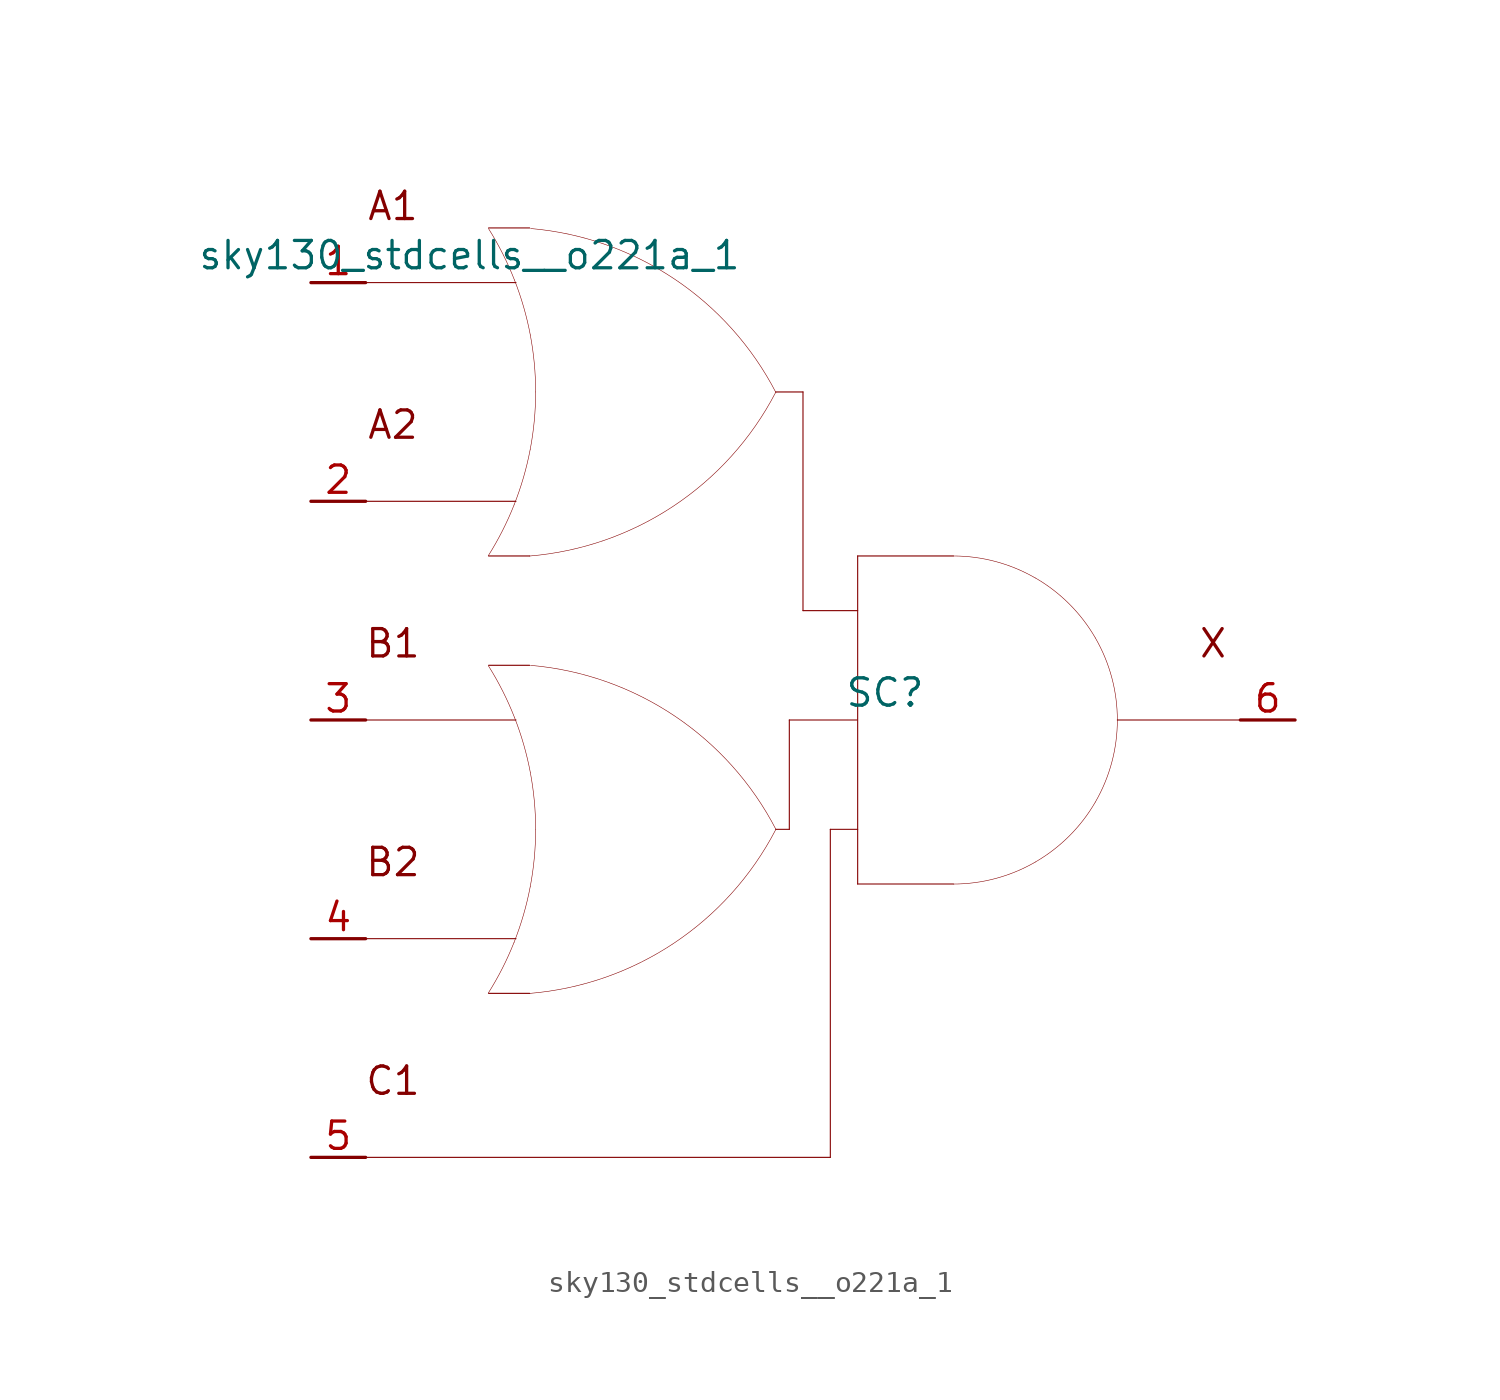
<source format=kicad_sym>
(kicad_symbol_lib
  (version 20211014)
  (generator kicad_symbol_editor)
  (symbol "sky130_stdcells__o221a_1"
    (pin_names hide)
    (property "Reference" "SC"
      (at 3.81 1.27 0)
      (effects (font (size 1.27 1.27))))
    (property "Value" "sky130_stdcells__o221a_1"
      (at -2.845 21.59 0)
      (effects (font (size 1.27 1.27)) (justify right)))
    (symbol "sky130_stdcells__o221a_1_0_0"
      (arc (start -14.6255 -12.6942) (mid -13.968 -11.538) (end -13.4212 -10.3256) (stroke (width 0.0254) (type default) (color 0 0 0 0)) (fill (type none)))
      (arc (start -14.6255 7.6258) (mid -13.968 8.782) (end -13.4212 9.9944) (stroke (width 0.0254) (type default) (color 0 0 0 0)) (fill (type none)))
      (arc (start -13.4212 -10.3256) (mid -12.9863 -9.0555) (end -12.673 -7.7501) (stroke (width 0.0254) (type default) (color 0 0 0 0)) (fill (type none)))
      (arc (start -13.4212 9.9944) (mid -12.9863 11.2645) (end -12.673 12.5699) (stroke (width 0.0254) (type default) (color 0 0 0 0)) (fill (type none)))
      (arc (start -13.403 0.1193) (mid -13.9512 1.3448) (end -14.6123 2.5132) (stroke (width 0.0254) (type default) (color 0 0 0 0)) (fill (type none)))
      (arc (start -13.403 20.4393) (mid -13.9512 21.6648) (end -14.6123 22.8332) (stroke (width 0.0254) (type default) (color 0 0 0 0)) (fill (type none)))
      (arc (start -12.705 -12.7031) (mid -6.011 -10.3786) (end -1.2741 -5.1084) (stroke (width 0.0254) (type default) (color 0 0 0 0)) (fill (type none)))
      (arc (start -12.705 7.6169) (mid -6.011 9.9414) (end -1.2741 15.2116) (stroke (width 0.0254) (type default) (color 0 0 0 0)) (fill (type none)))
      (arc (start -12.673 -7.7501) (mid -12.4838 -6.421) (end -12.4206 -5.08) (stroke (width 0.0254) (type default) (color 0 0 0 0)) (fill (type none)))
      (arc (start -12.673 12.5699) (mid -12.4838 13.899) (end -12.4206 15.24) (stroke (width 0.0254) (type default) (color 0 0 0 0)) (fill (type none)))
      (arc (start -12.6684 -2.4344) (mid -12.9761 -1.1404) (end -13.403 0.1193) (stroke (width 0.0254) (type default) (color 0 0 0 0)) (fill (type none)))
      (arc (start -12.6684 17.8856) (mid -12.9761 19.1796) (end -13.403 20.4393) (stroke (width 0.0254) (type default) (color 0 0 0 0)) (fill (type none)))
      (arc (start -12.4206 -5.08) (mid -12.4827 -3.7514) (end -12.6684 -2.4344) (stroke (width 0.0254) (type default) (color 0 0 0 0)) (fill (type none)))
      (arc (start -12.4206 15.24) (mid -12.4827 16.5686) (end -12.6684 17.8856) (stroke (width 0.0254) (type default) (color 0 0 0 0)) (fill (type none)))
      (arc (start -1.2513 -5.0956) (mid -5.9698 0.191) (end -12.6556 2.5389) (stroke (width 0.0254) (type default) (color 0 0 0 0)) (fill (type none)))
      (arc (start -1.2513 15.199) (mid -5.9698 20.4856) (end -12.6556 22.8335) (stroke (width 0.0254) (type default) (color 0 0 0 0)) (fill (type none)))
      (polyline (pts (xy -20.32 -20.32) (xy 1.27 -20.32)) (stroke (width 0.051) (type default) (color 0 0 0 0)) (fill (type none)))
      (polyline (pts (xy -20.32 -10.16) (xy -13.335 -10.16)) (stroke (width 0.051) (type default) (color 0 0 0 0)) (fill (type none)))
      (polyline (pts (xy -20.32 0) (xy -13.335 0)) (stroke (width 0.051) (type default) (color 0 0 0 0)) (fill (type none)))
      (polyline (pts (xy -20.32 10.16) (xy -13.335 10.16)) (stroke (width 0.051) (type default) (color 0 0 0 0)) (fill (type none)))
      (polyline (pts (xy -20.32 20.32) (xy -13.335 20.32)) (stroke (width 0.051) (type default) (color 0 0 0 0)) (fill (type none)))
      (polyline (pts (xy -14.605 -12.7) (xy -12.7 -12.7)) (stroke (width 0.051) (type default) (color 0 0 0 0)) (fill (type none)))
      (polyline (pts (xy -14.605 2.54) (xy -12.7 2.54)) (stroke (width 0.051) (type default) (color 0 0 0 0)) (fill (type none)))
      (polyline (pts (xy -14.605 7.62) (xy -12.7 7.62)) (stroke (width 0.051) (type default) (color 0 0 0 0)) (fill (type none)))
      (polyline (pts (xy -14.605 22.86) (xy -12.7 22.86)) (stroke (width 0.051) (type default) (color 0 0 0 0)) (fill (type none)))
      (polyline (pts (xy -1.27 -5.08) (xy -0.635 -5.08)) (stroke (width 0.051) (type default) (color 0 0 0 0)) (fill (type none)))
      (polyline (pts (xy -1.27 15.24) (xy 0 15.24)) (stroke (width 0.051) (type default) (color 0 0 0 0)) (fill (type none)))
      (polyline (pts (xy -0.635 0) (xy -0.635 -5.08)) (stroke (width 0.051) (type default) (color 0 0 0 0)) (fill (type none)))
      (polyline (pts (xy -0.635 0) (xy 2.515 0)) (stroke (width 0.051) (type default) (color 0 0 0 0)) (fill (type none)))
      (polyline (pts (xy 0 5.08) (xy 2.54 5.08)) (stroke (width 0.051) (type default) (color 0 0 0 0)) (fill (type none)))
      (polyline (pts (xy 0 15.24) (xy 0 5.08)) (stroke (width 0.051) (type default) (color 0 0 0 0)) (fill (type none)))
      (polyline (pts (xy 1.27 -5.08) (xy 1.27 -20.32)) (stroke (width 0.051) (type default) (color 0 0 0 0)) (fill (type none)))
      (polyline (pts (xy 1.27 -5.08) (xy 2.54 -5.08)) (stroke (width 0.051) (type default) (color 0 0 0 0)) (fill (type none)))
      (polyline (pts (xy 2.54 -7.62) (xy 6.985 -7.62)) (stroke (width 0.051) (type default) (color 0 0 0 0)) (fill (type none)))
      (polyline (pts (xy 2.54 7.62) (xy 2.54 -7.62)) (stroke (width 0.051) (type default) (color 0 0 0 0)) (fill (type none)))
      (polyline (pts (xy 2.54 7.62) (xy 6.985 7.62)) (stroke (width 0.051) (type default) (color 0 0 0 0)) (fill (type none)))
      (polyline (pts (xy 14.605 0) (xy 20.32 0)) (stroke (width 0.051) (type default) (color 0 0 0 0)) (fill (type none)))
      (arc (start 6.985 -7.62) (mid 8.9572 -7.3604) (end 10.795 -6.5991) (stroke (width 0.0254) (type default) (color 0 0 0 0)) (fill (type none)))
      (arc (start 10.795 -6.5991) (mid 12.3731 -5.3881) (end 13.5841 -3.81) (stroke (width 0.0254) (type default) (color 0 0 0 0)) (fill (type none)))
      (arc (start 10.795 6.5991) (mid 8.9572 7.3603) (end 6.985 7.62) (stroke (width 0.0254) (type default) (color 0 0 0 0)) (fill (type none)))
      (arc (start 13.5841 -3.81) (mid 14.3453 -1.9722) (end 14.605 0) (stroke (width 0.0254) (type default) (color 0 0 0 0)) (fill (type none)))
      (arc (start 13.5841 3.81) (mid 12.3731 5.3881) (end 10.795 6.5991) (stroke (width 0.0254) (type default) (color 0 0 0 0)) (fill (type none)))
      (arc (start 14.605 0) (mid 14.3454 1.9722) (end 13.5841 3.81) (stroke (width 0.0254) (type default) (color 0 0 0 0)) (fill (type none)))
      (text "A1" (at -19.05 23.876 0) (effects (font (size 1.27 1.27))))
      (text "A2" (at -19.05 13.716 0) (effects (font (size 1.27 1.27))))
      (text "B1" (at -19.05 3.556 0) (effects (font (size 1.27 1.27))))
      (text "B2" (at -19.05 -6.604 0) (effects (font (size 1.27 1.27))))
      (text "C1" (at -19.05 -16.764 0) (effects (font (size 1.27 1.27))))
      (text "X" (at 19.05 3.556 0) (effects (font (size 1.27 1.27)))))
    (symbol "sky130_stdcells__o221a_1_1_1"
      (pin input line (at -22.86 20.32 0) (length 2.54) (name "A1" (effects (font (size 1.092 1.092)))) (number "1" (effects (font (size 1.27 1.27)))))
      (pin input line (at -22.86 10.16 0) (length 2.54) (name "A2" (effects (font (size 1.092 1.092)))) (number "2" (effects (font (size 1.27 1.27)))))
      (pin input line (at -22.86 0 0) (length 2.54) (name "B1" (effects (font (size 1.092 1.092)))) (number "3" (effects (font (size 1.27 1.27)))))
      (pin input line (at -22.86 -10.16 0) (length 2.54) (name "B2" (effects (font (size 1.092 1.092)))) (number "4" (effects (font (size 1.27 1.27)))))
      (pin input line (at -22.86 -20.32 0) (length 2.54) (name "C1" (effects (font (size 1.092 1.092)))) (number "5" (effects (font (size 1.27 1.27)))))
      (pin output line (at 22.86 0 180) (length 2.54) (name "X" (effects (font (size 1.092 1.092)))) (number "6" (effects (font (size 1.27 1.27))))))))
</source>
